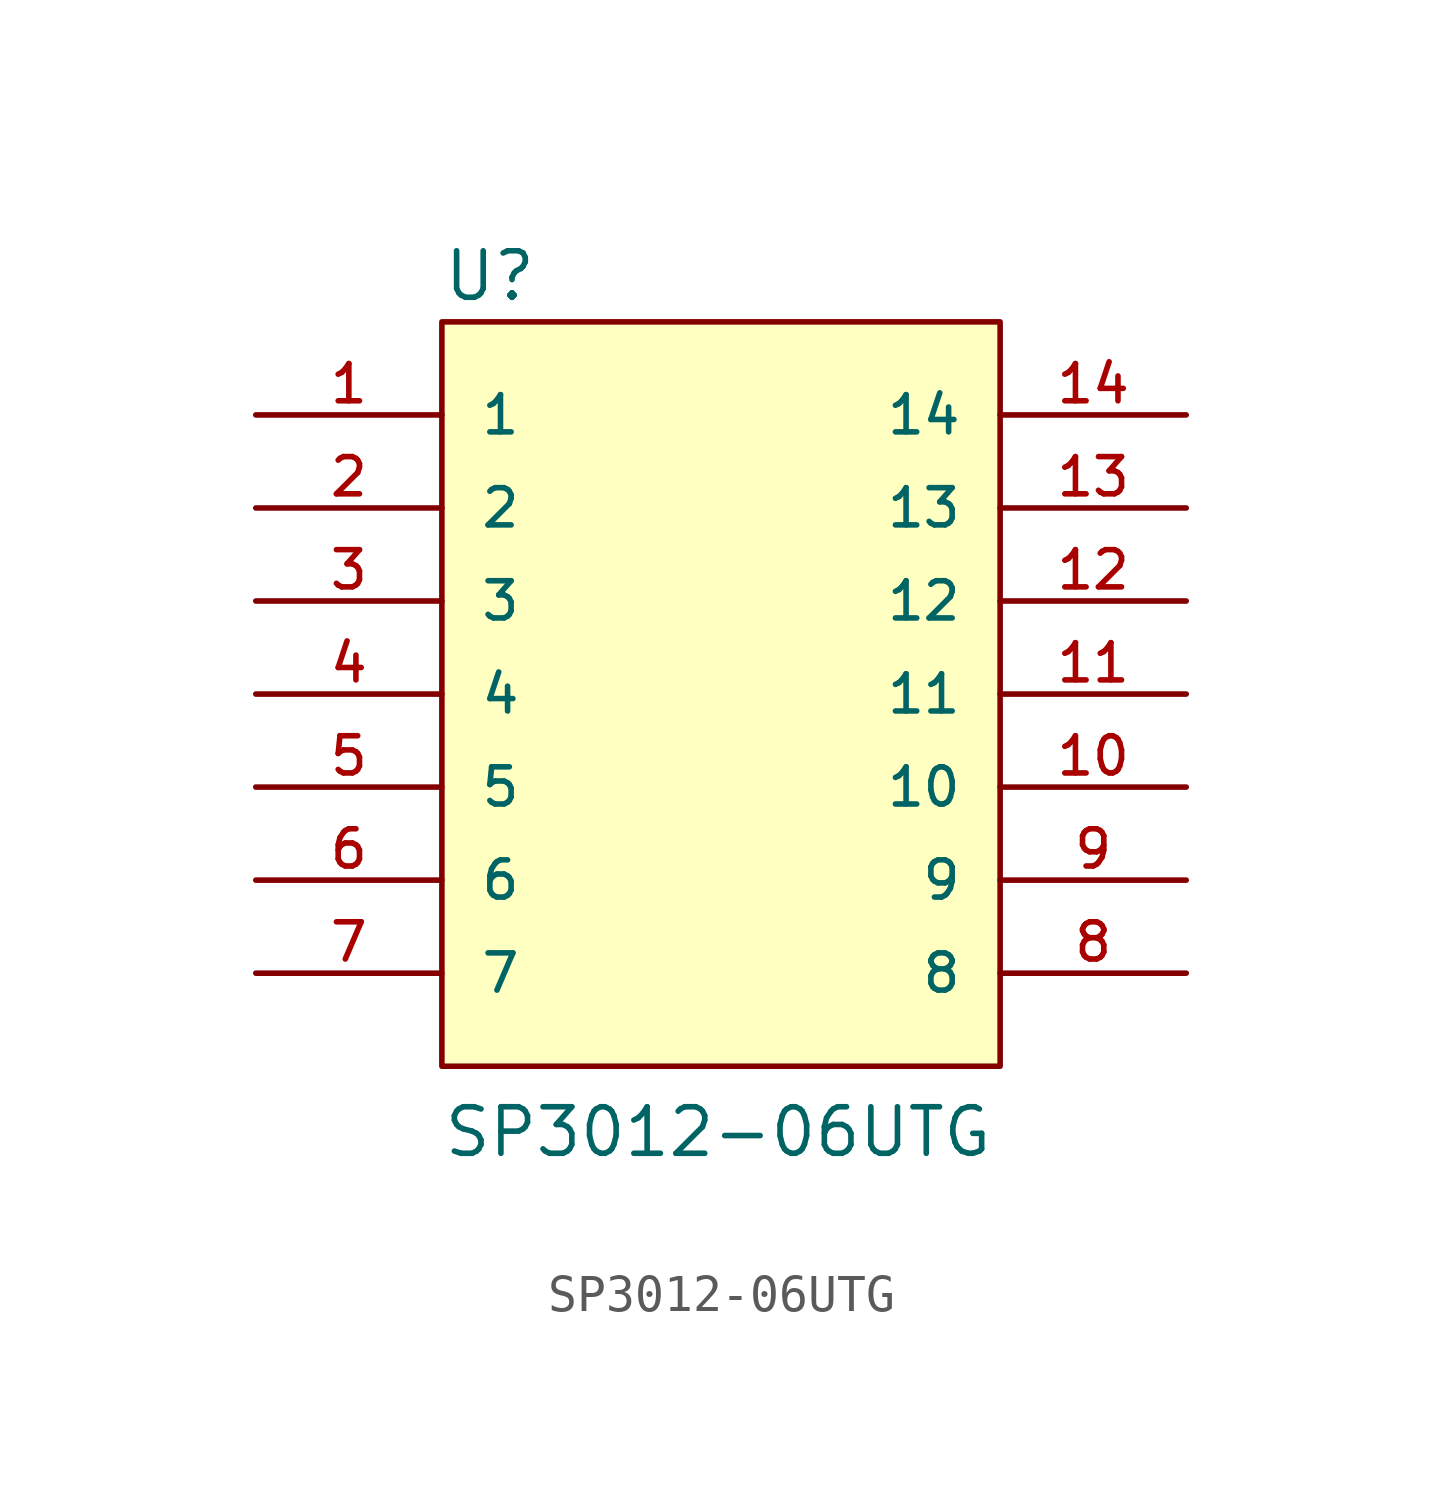
<source format=kicad_sym>
(kicad_symbol_lib
  (version 20211014)
  (generator kicad_symbol_editor)
  (symbol "SP3012-06UTG"
    (pin_names
      (offset 1.016))
    (property "Reference" "U"
      (at -7.62 10.668 0)
      (effects (font (size 1.27 1.27)) (justify bottom left)))
    (property "Value" "SP3012-06UTG"
      (at -7.62 -12.7 0)
      (effects (font (size 1.27 1.27)) (justify bottom left)))
    (symbol "SP3012-06UTG_0_0"
      (rectangle (start -7.62 -10.16) (end 7.62 10.16) (stroke (width 0.152)) (fill (type background)))
      (pin passive line (at -12.7 7.62 0) (length 5.08) (name "1" (effects (font (size 1.016 1.016)))) (number "1" (effects (font (size 1.016 1.016)))))
      (pin passive line (at -12.7 5.08 0) (length 5.08) (name "2" (effects (font (size 1.016 1.016)))) (number "2" (effects (font (size 1.016 1.016)))))
      (pin passive line (at -12.7 2.54 0) (length 5.08) (name "3" (effects (font (size 1.016 1.016)))) (number "3" (effects (font (size 1.016 1.016)))))
      (pin passive line (at -12.7 0.0 0) (length 5.08) (name "4" (effects (font (size 1.016 1.016)))) (number "4" (effects (font (size 1.016 1.016)))))
      (pin passive line (at -12.7 -2.54 0) (length 5.08) (name "5" (effects (font (size 1.016 1.016)))) (number "5" (effects (font (size 1.016 1.016)))))
      (pin passive line (at -12.7 -5.08 0) (length 5.08) (name "6" (effects (font (size 1.016 1.016)))) (number "6" (effects (font (size 1.016 1.016)))))
      (pin passive line (at -12.7 -7.62 0) (length 5.08) (name "7" (effects (font (size 1.016 1.016)))) (number "7" (effects (font (size 1.016 1.016)))))
      (pin passive line (at 12.7 -7.62 180.0) (length 5.08) (name "8" (effects (font (size 1.016 1.016)))) (number "8" (effects (font (size 1.016 1.016)))))
      (pin passive line (at 12.7 -5.08 180.0) (length 5.08) (name "9" (effects (font (size 1.016 1.016)))) (number "9" (effects (font (size 1.016 1.016)))))
      (pin passive line (at 12.7 -2.54 180.0) (length 5.08) (name "10" (effects (font (size 1.016 1.016)))) (number "10" (effects (font (size 1.016 1.016)))))
      (pin passive line (at 12.7 0.0 180.0) (length 5.08) (name "11" (effects (font (size 1.016 1.016)))) (number "11" (effects (font (size 1.016 1.016)))))
      (pin passive line (at 12.7 2.54 180.0) (length 5.08) (name "12" (effects (font (size 1.016 1.016)))) (number "12" (effects (font (size 1.016 1.016)))))
      (pin passive line (at 12.7 5.08 180.0) (length 5.08) (name "13" (effects (font (size 1.016 1.016)))) (number "13" (effects (font (size 1.016 1.016)))))
      (pin passive line (at 12.7 7.62 180.0) (length 5.08) (name "14" (effects (font (size 1.016 1.016)))) (number "14" (effects (font (size 1.016 1.016))))))))
</source>
